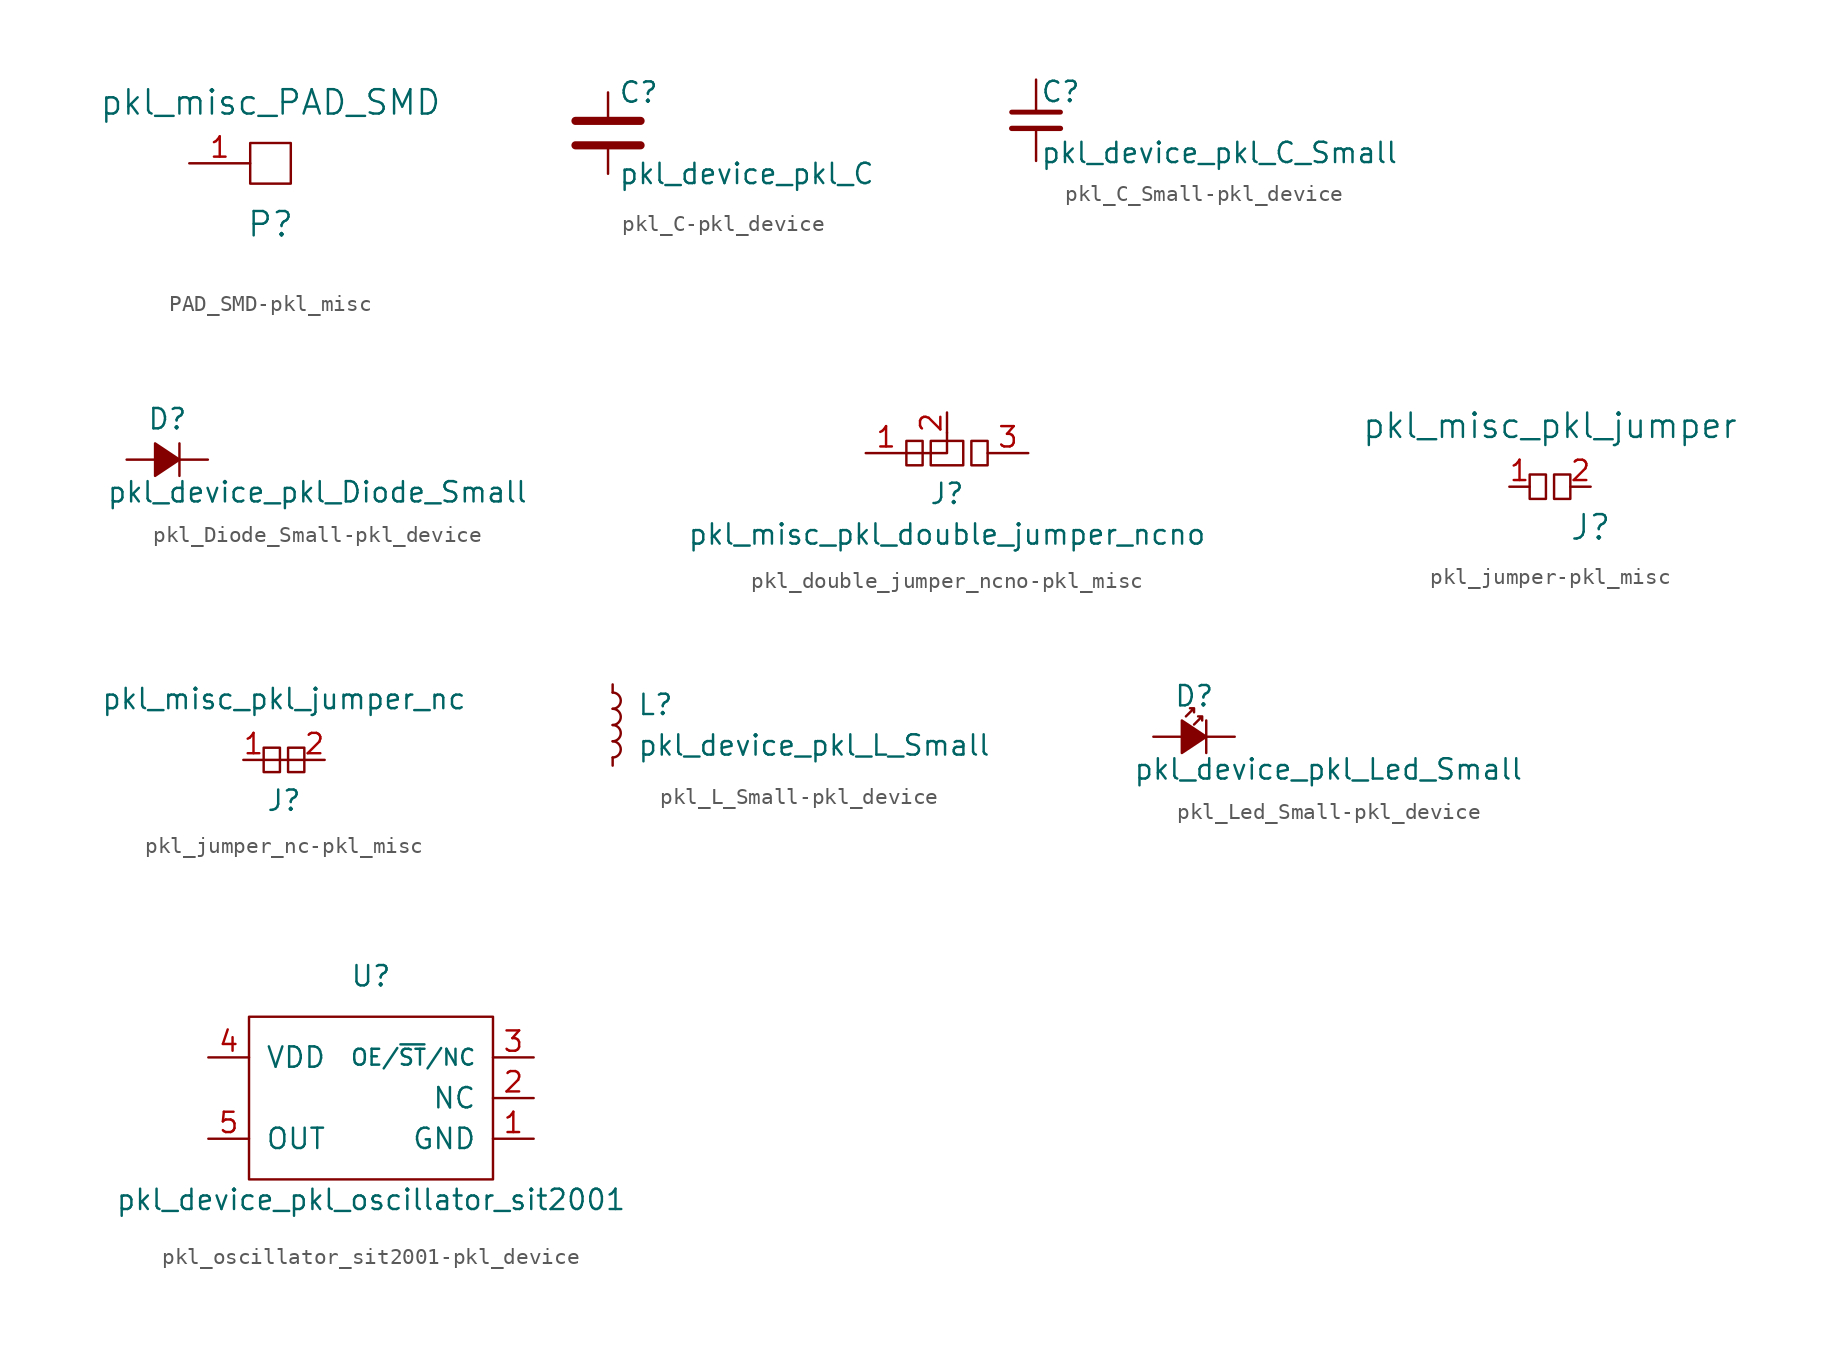
<source format=kicad_sym>
(kicad_symbol_lib
  (version 20231120)
  (generator "kicad_symbol_editor")
  (generator_version "8.0")
  (symbol "PAD_SMD-pkl_misc"
    (pin_names
      (offset 1.016) hide)
    (property "Reference" "P"
      (at 0 -3.81 0)
      (effects (font (size 1.524 1.524))))
    (property "Value" "pkl_misc_PAD_SMD"
      (at 0 3.81 0)
      (effects (font (size 1.524 1.524))))
    (property "Footprint" ""
      (at 0 -6.35 0)
      (effects (font (size 1.524 1.524))))
    (property "Datasheet" ""
      (at 0 -3.81 0)
      (effects (font (size 1.524 1.524))))
    (symbol "PAD_SMD-pkl_misc_0_1"
      (rectangle (start -1.27 1.27) (end 1.27 -1.27) (stroke (width 0) (type solid)) (fill (type none))))
    (symbol "PAD_SMD-pkl_misc_1_1"
      (pin input line (at -5.08 0 0) (length 3.81) (name "PAD" (effects (font (size 1.27 1.27)))) (number "1" (effects (font (size 1.27 1.27)))))))
  (symbol "pkl_C-pkl_device"
    (pin_numbers hide)
    (pin_names
      (offset 0.254))
    (property "Reference" "C"
      (at 0.635 2.54 0)
      (effects (font (size 1.27 1.27)) (justify left)))
    (property "Value" "pkl_device_pkl_C"
      (at 0.635 -2.54 0)
      (effects (font (size 1.27 1.27)) (justify left)))
    (property "Footprint" ""
      (at 0.965 -3.81 0)
      (effects (font (size 0.762 0.762))))
    (property "Datasheet" ""
      (at 0 0 0)
      (effects (font (size 1.524 1.524))))
    (symbol "pkl_C-pkl_device_0_1"
      (polyline (pts (xy -2.032 -0.762) (xy 2.032 -0.762)) (stroke (width 0.508) (type solid)) (fill (type none)))
      (polyline (pts (xy -2.032 0.762) (xy 2.032 0.762)) (stroke (width 0.508) (type solid)) (fill (type none))))
    (symbol "pkl_C-pkl_device_1_1"
      (pin passive line (at 0 2.54 270) (length 1.524) (name "~" (effects (font (size 1.016 1.016)))) (number "1" (effects (font (size 1.016 1.016)))))
      (pin passive line (at 0 -2.54 90) (length 1.524) (name "~" (effects (font (size 1.016 1.016)))) (number "2" (effects (font (size 1.016 1.016)))))))
  (symbol "pkl_C_Small-pkl_device"
    (pin_numbers hide)
    (pin_names
      (offset 0.254) hide)
    (property "Reference" "C"
      (at 0.254 1.778 0)
      (effects (font (size 1.27 1.27)) (justify left)))
    (property "Value" "pkl_device_pkl_C_Small"
      (at 0.254 -2.032 0)
      (effects (font (size 1.27 1.27)) (justify left)))
    (property "Footprint" ""
      (at 0 0 0)
      (effects (font (size 1.524 1.524))))
    (property "Datasheet" ""
      (at 0 0 0)
      (effects (font (size 1.524 1.524))))
    (symbol "pkl_C_Small-pkl_device_0_1"
      (polyline (pts (xy -1.524 -0.508) (xy 1.524 -0.508)) (stroke (width 0.33) (type solid)) (fill (type none)))
      (polyline (pts (xy -1.524 0.508) (xy 1.524 0.508)) (stroke (width 0.305) (type solid)) (fill (type none))))
    (symbol "pkl_C_Small-pkl_device_1_1"
      (pin passive line (at 0 2.54 270) (length 1.905) (name "~" (effects (font (size 1.016 1.016)))) (number "1" (effects (font (size 1.016 1.016)))))
      (pin passive line (at 0 -2.54 90) (length 2.032) (name "~" (effects (font (size 1.016 1.016)))) (number "2" (effects (font (size 1.016 1.016)))))))
  (symbol "pkl_Diode_Small-pkl_device"
    (pin_numbers hide)
    (pin_names
      (offset 0.254) hide)
    (property "Reference" "D"
      (at -1.27 2.54 0)
      (effects (font (size 1.27 1.27)) (justify left)))
    (property "Value" "pkl_device_pkl_Diode_Small"
      (at -3.81 -2.032 0)
      (effects (font (size 1.27 1.27)) (justify left)))
    (property "Footprint" ""
      (at 0 0 90)
      (effects (font (size 1.524 1.524))))
    (property "Datasheet" ""
      (at 0 0 90)
      (effects (font (size 1.524 1.524))))
    (symbol "pkl_Diode_Small-pkl_device_0_1"
      (polyline (pts (xy 0.762 -1.016) (xy 0.762 1.016)) (stroke (width 0) (type solid)) (fill (type none)))
      (polyline (pts (xy -0.762 -1.016) (xy 0.762 0) (xy -0.762 1.016) (xy -0.762 -1.016)) (stroke (width 0) (type solid)) (fill (type outline))))
    (symbol "pkl_Diode_Small-pkl_device_1_1"
      (pin passive line (at -2.54 0 0) (length 1.778) (name "A" (effects (font (size 1.016 1.016)))) (number "A" (effects (font (size 1.016 1.016)))))
      (pin passive line (at 2.54 0 180) (length 1.778) (name "C" (effects (font (size 1.016 1.016)))) (number "C" (effects (font (size 1.016 1.016)))))))
  (symbol "pkl_double_jumper_ncno-pkl_misc"
    (pin_names
      (offset 1.016))
    (property "Reference" "J"
      (at 0 -2.54 0)
      (effects (font (size 1.27 1.27))))
    (property "Value" "pkl_misc_pkl_double_jumper_ncno"
      (at 0 -5.08 0)
      (effects (font (size 1.27 1.27))))
    (symbol "pkl_double_jumper_ncno-pkl_misc_0_1"
      (polyline (pts (xy 0 1.27) (xy 0 0) (xy -2.54 0)) (stroke (width 0) (type solid)) (fill (type none)))
      (rectangle (start 1.524 0.762) (end 2.54 -0.762) (stroke (width 0) (type solid)) (fill (type none))))
    (symbol "pkl_double_jumper_ncno-pkl_misc_1_1"
      (rectangle (start -2.54 0.762) (end -1.524 -0.762) (stroke (width 0) (type solid)) (fill (type none)))
      (rectangle (start -1.016 0.762) (end 1.016 -0.762) (stroke (width 0) (type solid)) (fill (type none)))
      (pin passive line (at -5.08 0 0) (length 2.54) (name "~" (effects (font (size 1.27 1.27)))) (number "1" (effects (font (size 1.27 1.27)))))
      (pin passive line (at 0 2.54 270) (length 1.27) (name "~" (effects (font (size 1.27 1.27)))) (number "2" (effects (font (size 1.27 1.27)))))
      (pin passive line (at 5.08 0 180) (length 2.54) (name "~" (effects (font (size 1.27 1.27)))) (number "3" (effects (font (size 1.27 1.27)))))))
  (symbol "pkl_jumper-pkl_misc"
    (pin_names
      (offset 1.016))
    (property "Reference" "J"
      (at 2.54 -2.54 0)
      (effects (font (size 1.524 1.524))))
    (property "Value" "pkl_misc_pkl_jumper"
      (at 0 3.81 0)
      (effects (font (size 1.524 1.524))))
    (property "Footprint" ""
      (at 0 0 0)
      (effects (font (size 1.524 1.524))))
    (property "Datasheet" ""
      (at 0 0 0)
      (effects (font (size 1.524 1.524))))
    (symbol "pkl_jumper-pkl_misc_0_1"
      (rectangle (start -1.27 0.762) (end -0.254 -0.762) (stroke (width 0) (type solid)) (fill (type none)))
      (rectangle (start 0.254 0.762) (end 1.27 -0.762) (stroke (width 0) (type solid)) (fill (type none))))
    (symbol "pkl_jumper-pkl_misc_1_1"
      (pin passive line (at -2.54 0 0) (length 1.27) (name "~" (effects (font (size 1.27 1.27)))) (number "1" (effects (font (size 1.27 1.27)))))
      (pin passive line (at 2.54 0 180) (length 1.27) (name "~" (effects (font (size 1.27 1.27)))) (number "2" (effects (font (size 1.27 1.27)))))))
  (symbol "pkl_jumper_nc-pkl_misc"
    (pin_names
      (offset 1.016))
    (property "Reference" "J"
      (at 0 -2.54 0)
      (effects (font (size 1.27 1.27))))
    (property "Value" "pkl_misc_pkl_jumper_nc"
      (at 0 3.81 0)
      (effects (font (size 1.27 1.27))))
    (symbol "pkl_jumper_nc-pkl_misc_0_1"
      (polyline (pts (xy -1.27 0) (xy 1.27 0)) (stroke (width 0) (type solid)) (fill (type none))))
    (symbol "pkl_jumper_nc-pkl_misc_1_1"
      (rectangle (start -1.27 0.762) (end -0.254 -0.762) (stroke (width 0) (type solid)) (fill (type none)))
      (rectangle (start 0.254 0.762) (end 1.27 -0.762) (stroke (width 0) (type solid)) (fill (type none)))
      (pin passive line (at -2.54 0 0) (length 1.27) (name "~" (effects (font (size 1.27 1.27)))) (number "1" (effects (font (size 1.27 1.27)))))
      (pin passive line (at 2.54 0 180) (length 1.27) (name "~" (effects (font (size 1.27 1.27)))) (number "2" (effects (font (size 1.27 1.27)))))))
  (symbol "pkl_L_Small-pkl_device"
    (pin_numbers hide)
    (pin_names
      (offset 0) hide)
    (property "Reference" "L"
      (at 1.524 1.27 0)
      (effects (font (size 1.27 1.27)) (justify left)))
    (property "Value" "pkl_device_pkl_L_Small"
      (at 1.524 -1.27 0)
      (effects (font (size 1.27 1.27)) (justify left)))
    (property "Footprint" ""
      (at 0 0 90)
      (effects (font (size 1.524 1.524))))
    (property "Datasheet" ""
      (at 0 0 90)
      (effects (font (size 1.524 1.524))))
    (symbol "pkl_L_Small-pkl_device_0_1"
      (arc (start 0 -2.032) (mid 0.508 -1.524) (end 0 -1.016) (stroke (width 0) (type solid)) (fill (type none)))
      (arc (start 0 -1.016) (mid 0.508 -0.508) (end 0 0) (stroke (width 0) (type solid)) (fill (type none)))
      (arc (start 0 0) (mid 0.508 0.508) (end 0 1.016) (stroke (width 0) (type solid)) (fill (type none)))
      (arc (start 0 1.016) (mid 0.508 1.524) (end 0 2.032) (stroke (width 0) (type solid)) (fill (type none))))
    (symbol "pkl_L_Small-pkl_device_1_1"
      (pin input line (at 0 -2.54 90) (length 0.508) (name "1" (effects (font (size 0.762 0.762)))) (number "1" (effects (font (size 0.762 0.762)))))
      (pin input line (at 0 2.54 270) (length 0.508) (name "2" (effects (font (size 0.762 0.762)))) (number "2" (effects (font (size 0.762 0.762)))))))
  (symbol "pkl_Led_Small-pkl_device"
    (pin_numbers hide)
    (pin_names
      (offset 0.254) hide)
    (property "Reference" "D"
      (at -1.27 2.54 0)
      (effects (font (size 1.27 1.27)) (justify left)))
    (property "Value" "pkl_device_pkl_Led_Small"
      (at -3.81 -2.032 0)
      (effects (font (size 1.27 1.27)) (justify left)))
    (property "Footprint" ""
      (at 0 0 90)
      (effects (font (size 1.524 1.524))))
    (property "Datasheet" ""
      (at 0 0 90)
      (effects (font (size 1.524 1.524))))
    (symbol "pkl_Led_Small-pkl_device_0_1"
      (polyline (pts (xy 0.762 -1.016) (xy 0.762 1.016)) (stroke (width 0) (type solid)) (fill (type none)))
      (polyline (pts (xy -0.762 -1.016) (xy 0.762 0) (xy -0.762 1.016) (xy -0.762 -1.016)) (stroke (width 0) (type solid)) (fill (type outline)))
      (polyline (pts (xy -0.508 1.27) (xy 0 1.778) (xy -0.254 1.778) (xy 0 1.778) (xy 0 1.524)) (stroke (width 0) (type solid)) (fill (type none)))
      (polyline (pts (xy 0 0.762) (xy 0.508 1.27) (xy 0.254 1.27) (xy 0.508 1.27) (xy 0.508 1.016)) (stroke (width 0) (type solid)) (fill (type none))))
    (symbol "pkl_Led_Small-pkl_device_1_1"
      (pin passive line (at -2.54 0 0) (length 1.778) (name "A" (effects (font (size 1.016 1.016)))) (number "A" (effects (font (size 1.016 1.016)))))
      (pin passive line (at 2.54 0 180) (length 1.778) (name "C" (effects (font (size 1.016 1.016)))) (number "C" (effects (font (size 1.016 1.016)))))))
  (symbol "pkl_oscillator_sit2001-pkl_device"
    (pin_names
      (offset 1.016))
    (property "Reference" "U"
      (at 0 7.62 0)
      (effects (font (size 1.27 1.27))))
    (property "Value" "pkl_device_pkl_oscillator_sit2001"
      (at 0 -6.35 0)
      (effects (font (size 1.27 1.27))))
    (symbol "pkl_oscillator_sit2001-pkl_device_1_1"
      (rectangle (start 7.62 -5.08) (end -7.62 5.08) (stroke (width 0) (type solid)) (fill (type none)))
      (pin passive line (at 10.16 -2.54 180) (length 2.54) (name "GND" (effects (font (size 1.27 1.27)))) (number "1" (effects (font (size 1.27 1.27)))))
      (pin passive line (at 10.16 0 180) (length 2.54) (name "NC" (effects (font (size 1.27 1.27)))) (number "2" (effects (font (size 1.27 1.27)))))
      (pin passive line (at 10.16 2.54 180) (length 2.54) (name "OE/~{ST}/NC" (effects (font (size 0.991 0.991)))) (number "3" (effects (font (size 1.27 1.27)))))
      (pin passive line (at -10.16 2.54 0) (length 2.54) (name "VDD" (effects (font (size 1.27 1.27)))) (number "4" (effects (font (size 1.27 1.27)))))
      (pin passive line (at -10.16 -2.54 0) (length 2.54) (name "OUT" (effects (font (size 1.27 1.27)))) (number "5" (effects (font (size 1.27 1.27))))))))
</source>
